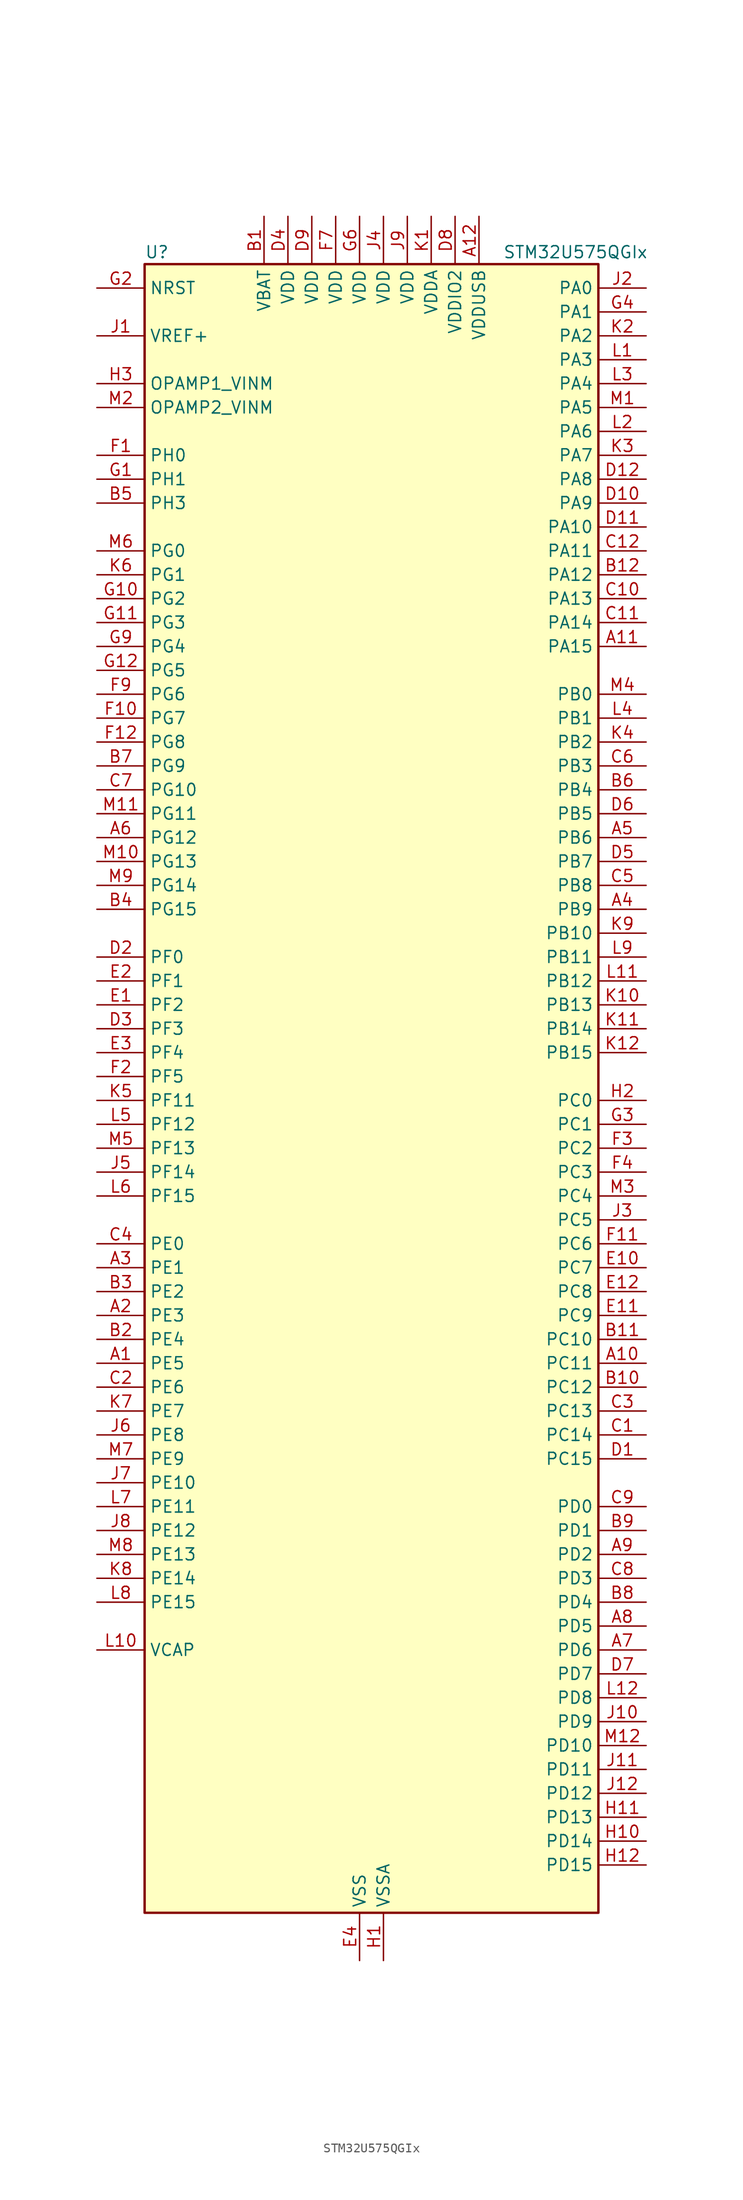
<source format=kicad_sym>
(kicad_symbol_lib
  (version 20220914)
  (generator kicad_symbol_editor)
  (symbol "STM32U575QGIx"
    (property "Reference" "U"
      (at -22.86 90.17 0)
      (effects (font (size 1.27 1.27)) (justify left)))
    (property "Value" "STM32U575QGIx"
      (at 15.24 90.17 0)
      (effects (font (size 1.27 1.27)) (justify left)))
    (property "ki_locked" ""
      (at 0 0 0)
      (effects (font (size 1.27 1.27))))
    (symbol "STM32U575QGIx_0_1"
      (rectangle (start -22.86 -86.36) (end 25.4 88.9) (stroke (width 0.254) (type default)) (fill (type background))))
    (symbol "STM32U575QGIx_1_1"
      (pin bidirectional line (at -27.94 -27.94 0) (length 5.08) (name "PE5" (effects (font (size 1.27 1.27)))) (number "A1" (effects (font (size 1.27 1.27)))) (alternate "DCMI_D6" bidirectional line) (alternate "DEBUG_TRACED2" bidirectional line) (alternate "FMC_A21" bidirectional line) (alternate "MDF1_CKI3" bidirectional line) (alternate "PSSI_D6" bidirectional line) (alternate "PWR_WKUP2" bidirectional line) (alternate "SAI1_CK2" bidirectional line) (alternate "SAI1_SCK_A" bidirectional line) (alternate "TAMP_IN8" bidirectional line) (alternate "TAMP_OUT7" bidirectional line) (alternate "TIM3_CH3" bidirectional line) (alternate "TSC_G7_IO4" bidirectional line))
      (pin bidirectional line (at 30.48 -27.94 180) (length 5.08) (name "PC11" (effects (font (size 1.27 1.27)))) (number "A10" (effects (font (size 1.27 1.27)))) (alternate "ADC1_EXTI11" bidirectional line) (alternate "ADF1_SDI0" bidirectional line) (alternate "DCMI_D2" bidirectional line) (alternate "DCMI_D4" bidirectional line) (alternate "LPTIM3_IN1" bidirectional line) (alternate "OCTOSPIM_P1_NCS" bidirectional line) (alternate "PSSI_D2" bidirectional line) (alternate "PSSI_D4" bidirectional line) (alternate "SAI2_MCLK_B" bidirectional line) (alternate "SDMMC1_D3" bidirectional line) (alternate "SPI3_MISO" bidirectional line) (alternate "TSC_G3_IO3" bidirectional line) (alternate "UART4_RX" bidirectional line) (alternate "UCPD1_FRSTX2" bidirectional line) (alternate "USART3_RX" bidirectional line))
      (pin bidirectional line (at 30.48 48.26 180) (length 5.08) (name "PA15" (effects (font (size 1.27 1.27)))) (number "A11" (effects (font (size 1.27 1.27)))) (alternate "ADC1_EXTI15" bidirectional line) (alternate "ADC4_EXTI15" bidirectional line) (alternate "DEBUG_JTDI" bidirectional line) (alternate "SAI2_FS_B" bidirectional line) (alternate "SPI1_NSS" bidirectional line) (alternate "SPI3_NSS" bidirectional line) (alternate "TIM2_CH1" bidirectional line) (alternate "TIM2_ETR" bidirectional line) (alternate "UART4_DE" bidirectional line) (alternate "UART4_RTS" bidirectional line) (alternate "UCPD1_CC1" bidirectional line) (alternate "USART2_RX" bidirectional line) (alternate "USART3_DE" bidirectional line) (alternate "USART3_RTS" bidirectional line))
      (pin power_in line (at 12.7 93.98 270) (length 5.08) (name "VDDUSB" (effects (font (size 1.27 1.27)))) (number "A12" (effects (font (size 1.27 1.27)))))
      (pin bidirectional line (at -27.94 -22.86 0) (length 5.08) (name "PE3" (effects (font (size 1.27 1.27)))) (number "A2" (effects (font (size 1.27 1.27)))) (alternate "DEBUG_TRACED0" bidirectional line) (alternate "FMC_A19" bidirectional line) (alternate "OCTOSPIM_P1_DQS" bidirectional line) (alternate "SAI1_SD_B" bidirectional line) (alternate "TAMP_IN6" bidirectional line) (alternate "TAMP_OUT3" bidirectional line) (alternate "TIM3_CH1" bidirectional line) (alternate "TSC_G7_IO2" bidirectional line))
      (pin bidirectional line (at -27.94 -17.78 0) (length 5.08) (name "PE1" (effects (font (size 1.27 1.27)))) (number "A3" (effects (font (size 1.27 1.27)))) (alternate "DCMI_D3" bidirectional line) (alternate "FMC_NBL1" bidirectional line) (alternate "PSSI_D3" bidirectional line) (alternate "TIM17_CH1" bidirectional line))
      (pin bidirectional line (at 30.48 20.32 180) (length 5.08) (name "PB9" (effects (font (size 1.27 1.27)))) (number "A4" (effects (font (size 1.27 1.27)))) (alternate "DAC1_EXTI9" bidirectional line) (alternate "DCMI_D7" bidirectional line) (alternate "FDCAN1_TX" bidirectional line) (alternate "I2C1_SDA" bidirectional line) (alternate "IR_OUT" bidirectional line) (alternate "PSSI_D7" bidirectional line) (alternate "SAI1_D2" bidirectional line) (alternate "SAI1_FS_A" bidirectional line) (alternate "SDMMC1_CDIR" bidirectional line) (alternate "SDMMC1_D5" bidirectional line) (alternate "SDMMC2_D5" bidirectional line) (alternate "SPI2_NSS" bidirectional line) (alternate "TIM17_CH1" bidirectional line) (alternate "TIM4_CH4" bidirectional line))
      (pin bidirectional line (at 30.48 27.94 180) (length 5.08) (name "PB6" (effects (font (size 1.27 1.27)))) (number "A5" (effects (font (size 1.27 1.27)))) (alternate "COMP2_INP" bidirectional line) (alternate "DCMI_D5" bidirectional line) (alternate "I2C1_SCL" bidirectional line) (alternate "I2C4_SCL" bidirectional line) (alternate "LPTIM1_ETR" bidirectional line) (alternate "MDF1_SDI5" bidirectional line) (alternate "PSSI_D5" bidirectional line) (alternate "PWR_WKUP3" bidirectional line) (alternate "SAI1_FS_B" bidirectional line) (alternate "TIM16_CH1N" bidirectional line) (alternate "TIM4_CH1" bidirectional line) (alternate "TIM8_BKIN2" bidirectional line) (alternate "TSC_G2_IO3" bidirectional line) (alternate "USART1_TX" bidirectional line))
      (pin bidirectional line (at -27.94 27.94 0) (length 5.08) (name "PG12" (effects (font (size 1.27 1.27)))) (number "A6" (effects (font (size 1.27 1.27)))) (alternate "FMC_NE4" bidirectional line) (alternate "LPTIM1_ETR" bidirectional line) (alternate "OCTOSPIM_P2_NCS" bidirectional line) (alternate "SAI2_SD_A" bidirectional line) (alternate "SPI3_NSS" bidirectional line) (alternate "USART1_DE" bidirectional line) (alternate "USART1_RTS" bidirectional line))
      (pin bidirectional line (at 30.48 -58.42 180) (length 5.08) (name "PD6" (effects (font (size 1.27 1.27)))) (number "A7" (effects (font (size 1.27 1.27)))) (alternate "DCMI_D10" bidirectional line) (alternate "FMC_NWAIT" bidirectional line) (alternate "MDF1_SDI1" bidirectional line) (alternate "OCTOSPIM_P1_IO6" bidirectional line) (alternate "PSSI_D10" bidirectional line) (alternate "SAI1_D1" bidirectional line) (alternate "SAI1_SD_A" bidirectional line) (alternate "SDMMC2_CK" bidirectional line) (alternate "SPI3_MOSI" bidirectional line) (alternate "USART2_RX" bidirectional line))
      (pin bidirectional line (at 30.48 -55.88 180) (length 5.08) (name "PD5" (effects (font (size 1.27 1.27)))) (number "A8" (effects (font (size 1.27 1.27)))) (alternate "FMC_NWE" bidirectional line) (alternate "OCTOSPIM_P1_IO5" bidirectional line) (alternate "SPI2_RDY" bidirectional line) (alternate "USART2_TX" bidirectional line))
      (pin bidirectional line (at 30.48 -48.26 180) (length 5.08) (name "PD2" (effects (font (size 1.27 1.27)))) (number "A9" (effects (font (size 1.27 1.27)))) (alternate "DCMI_D11" bidirectional line) (alternate "DEBUG_TRACED2" bidirectional line) (alternate "LPTIM4_ETR" bidirectional line) (alternate "PSSI_D11" bidirectional line) (alternate "SDMMC1_CMD" bidirectional line) (alternate "TIM3_ETR" bidirectional line) (alternate "TSC_SYNC" bidirectional line) (alternate "UART5_RX" bidirectional line) (alternate "USART3_DE" bidirectional line) (alternate "USART3_RTS" bidirectional line))
      (pin power_in line (at -10.16 93.98 270) (length 5.08) (name "VBAT" (effects (font (size 1.27 1.27)))) (number "B1" (effects (font (size 1.27 1.27)))))
      (pin bidirectional line (at 30.48 -30.48 180) (length 5.08) (name "PC12" (effects (font (size 1.27 1.27)))) (number "B10" (effects (font (size 1.27 1.27)))) (alternate "DCMI_D9" bidirectional line) (alternate "DEBUG_TRACED3" bidirectional line) (alternate "PSSI_D9" bidirectional line) (alternate "SAI2_SD_B" bidirectional line) (alternate "SDMMC1_CK" bidirectional line) (alternate "SPI3_MOSI" bidirectional line) (alternate "TSC_G3_IO4" bidirectional line) (alternate "UART5_TX" bidirectional line) (alternate "USART3_CK" bidirectional line))
      (pin bidirectional line (at 30.48 -25.4 180) (length 5.08) (name "PC10" (effects (font (size 1.27 1.27)))) (number "B11" (effects (font (size 1.27 1.27)))) (alternate "ADF1_CCK1" bidirectional line) (alternate "DCMI_D8" bidirectional line) (alternate "DEBUG_TRACED1" bidirectional line) (alternate "LPTIM3_ETR" bidirectional line) (alternate "PSSI_D8" bidirectional line) (alternate "SAI2_SCK_B" bidirectional line) (alternate "SDMMC1_D2" bidirectional line) (alternate "SPI3_SCK" bidirectional line) (alternate "TSC_G3_IO2" bidirectional line) (alternate "UART4_TX" bidirectional line) (alternate "USART3_TX" bidirectional line))
      (pin bidirectional line (at 30.48 55.88 180) (length 5.08) (name "PA12" (effects (font (size 1.27 1.27)))) (number "B12" (effects (font (size 1.27 1.27)))) (alternate "FDCAN1_TX" bidirectional line) (alternate "OCTOSPIM_P2_NCS" bidirectional line) (alternate "SPI1_MOSI" bidirectional line) (alternate "TIM1_ETR" bidirectional line) (alternate "USART1_DE" bidirectional line) (alternate "USART1_RTS" bidirectional line) (alternate "USB_OTG_FS_DP" bidirectional line))
      (pin bidirectional line (at -27.94 -25.4 0) (length 5.08) (name "PE4" (effects (font (size 1.27 1.27)))) (number "B2" (effects (font (size 1.27 1.27)))) (alternate "DCMI_D4" bidirectional line) (alternate "DEBUG_TRACED1" bidirectional line) (alternate "FMC_A20" bidirectional line) (alternate "MDF1_SDI3" bidirectional line) (alternate "PSSI_D4" bidirectional line) (alternate "PWR_WKUP1" bidirectional line) (alternate "SAI1_D2" bidirectional line) (alternate "SAI1_FS_A" bidirectional line) (alternate "TAMP_IN7" bidirectional line) (alternate "TAMP_OUT8" bidirectional line) (alternate "TIM3_CH2" bidirectional line) (alternate "TSC_G7_IO3" bidirectional line))
      (pin bidirectional line (at -27.94 -20.32 0) (length 5.08) (name "PE2" (effects (font (size 1.27 1.27)))) (number "B3" (effects (font (size 1.27 1.27)))) (alternate "DEBUG_TRACECLK" bidirectional line) (alternate "FMC_A23" bidirectional line) (alternate "SAI1_CK1" bidirectional line) (alternate "SAI1_MCLK_A" bidirectional line) (alternate "TIM3_ETR" bidirectional line) (alternate "TSC_G7_IO1" bidirectional line))
      (pin bidirectional line (at -27.94 20.32 0) (length 5.08) (name "PG15" (effects (font (size 1.27 1.27)))) (number "B4" (effects (font (size 1.27 1.27)))) (alternate "ADC1_EXTI15" bidirectional line) (alternate "ADC4_EXTI15" bidirectional line) (alternate "DCMI_D13" bidirectional line) (alternate "I2C1_SMBA" bidirectional line) (alternate "LPTIM1_CH1" bidirectional line) (alternate "OCTOSPIM_P2_DQS" bidirectional line) (alternate "PSSI_D13" bidirectional line))
      (pin bidirectional line (at -27.94 63.5 0) (length 5.08) (name "PH3" (effects (font (size 1.27 1.27)))) (number "B5" (effects (font (size 1.27 1.27)))))
      (pin bidirectional line (at 30.48 33.02 180) (length 5.08) (name "PB4" (effects (font (size 1.27 1.27)))) (number "B6" (effects (font (size 1.27 1.27)))) (alternate "ADF1_SDI0" bidirectional line) (alternate "COMP2_INP" bidirectional line) (alternate "DCMI_D12" bidirectional line) (alternate "DEBUG_JTRST" bidirectional line) (alternate "I2C3_SDA" bidirectional line) (alternate "LPTIM1_CH2" bidirectional line) (alternate "PSSI_D12" bidirectional line) (alternate "SAI1_MCLK_B" bidirectional line) (alternate "SDMMC2_D3" bidirectional line) (alternate "SPI1_MISO" bidirectional line) (alternate "SPI3_MISO" bidirectional line) (alternate "TIM17_BKIN" bidirectional line) (alternate "TIM3_CH1" bidirectional line) (alternate "TSC_G2_IO1" bidirectional line) (alternate "UART5_DE" bidirectional line) (alternate "UART5_RTS" bidirectional line) (alternate "USART1_CTS" bidirectional line))
      (pin bidirectional line (at -27.94 35.56 0) (length 5.08) (name "PG9" (effects (font (size 1.27 1.27)))) (number "B7" (effects (font (size 1.27 1.27)))) (alternate "DAC1_EXTI9" bidirectional line) (alternate "FMC_NCE" bidirectional line) (alternate "FMC_NE2" bidirectional line) (alternate "OCTOSPIM_P2_IO6" bidirectional line) (alternate "SAI2_SCK_A" bidirectional line) (alternate "SPI3_SCK" bidirectional line) (alternate "TIM15_CH1N" bidirectional line) (alternate "USART1_TX" bidirectional line))
      (pin bidirectional line (at 30.48 -53.34 180) (length 5.08) (name "PD4" (effects (font (size 1.27 1.27)))) (number "B8" (effects (font (size 1.27 1.27)))) (alternate "FMC_NOE" bidirectional line) (alternate "MDF1_CKI0" bidirectional line) (alternate "OCTOSPIM_P1_IO4" bidirectional line) (alternate "SPI2_MOSI" bidirectional line) (alternate "USART2_DE" bidirectional line) (alternate "USART2_RTS" bidirectional line))
      (pin bidirectional line (at 30.48 -45.72 180) (length 5.08) (name "PD1" (effects (font (size 1.27 1.27)))) (number "B9" (effects (font (size 1.27 1.27)))) (alternate "FDCAN1_TX" bidirectional line) (alternate "FMC_D3" bidirectional line) (alternate "FMC_DA3" bidirectional line) (alternate "SPI2_SCK" bidirectional line))
      (pin bidirectional line (at 30.48 -35.56 180) (length 5.08) (name "PC14" (effects (font (size 1.27 1.27)))) (number "C1" (effects (font (size 1.27 1.27)))) (alternate "RCC_OSC32_IN" bidirectional line))
      (pin bidirectional line (at 30.48 53.34 180) (length 5.08) (name "PA13" (effects (font (size 1.27 1.27)))) (number "C10" (effects (font (size 1.27 1.27)))) (alternate "DEBUG_JTMS-SWDIO" bidirectional line) (alternate "IR_OUT" bidirectional line) (alternate "SAI1_SD_B" bidirectional line) (alternate "USB_OTG_FS_NOE" bidirectional line))
      (pin bidirectional line (at 30.48 50.8 180) (length 5.08) (name "PA14" (effects (font (size 1.27 1.27)))) (number "C11" (effects (font (size 1.27 1.27)))) (alternate "DEBUG_JTCK-SWCLK" bidirectional line) (alternate "I2C1_SMBA" bidirectional line) (alternate "I2C4_SMBA" bidirectional line) (alternate "LPTIM1_CH1" bidirectional line) (alternate "SAI1_FS_B" bidirectional line) (alternate "USB_OTG_FS_SOF" bidirectional line))
      (pin bidirectional line (at 30.48 58.42 180) (length 5.08) (name "PA11" (effects (font (size 1.27 1.27)))) (number "C12" (effects (font (size 1.27 1.27)))) (alternate "ADC1_EXTI11" bidirectional line) (alternate "FDCAN1_RX" bidirectional line) (alternate "SPI1_MISO" bidirectional line) (alternate "TIM1_BKIN2" bidirectional line) (alternate "TIM1_CH4" bidirectional line) (alternate "USART1_CTS" bidirectional line) (alternate "USB_OTG_FS_DM" bidirectional line))
      (pin bidirectional line (at -27.94 -30.48 0) (length 5.08) (name "PE6" (effects (font (size 1.27 1.27)))) (number "C2" (effects (font (size 1.27 1.27)))) (alternate "DCMI_D7" bidirectional line) (alternate "DEBUG_TRACED3" bidirectional line) (alternate "FMC_A22" bidirectional line) (alternate "PSSI_D7" bidirectional line) (alternate "PWR_WKUP3" bidirectional line) (alternate "SAI1_D1" bidirectional line) (alternate "SAI1_SD_A" bidirectional line) (alternate "TAMP_IN3" bidirectional line) (alternate "TAMP_OUT6" bidirectional line) (alternate "TIM3_CH4" bidirectional line))
      (pin bidirectional line (at 30.48 -33.02 180) (length 5.08) (name "PC13" (effects (font (size 1.27 1.27)))) (number "C3" (effects (font (size 1.27 1.27)))) (alternate "PWR_WKUP2" bidirectional line) (alternate "RTC_OUT1" bidirectional line) (alternate "RTC_TS" bidirectional line) (alternate "TAMP_IN1" bidirectional line) (alternate "TAMP_OUT2" bidirectional line))
      (pin bidirectional line (at -27.94 -15.24 0) (length 5.08) (name "PE0" (effects (font (size 1.27 1.27)))) (number "C4" (effects (font (size 1.27 1.27)))) (alternate "DCMI_D2" bidirectional line) (alternate "FMC_NBL0" bidirectional line) (alternate "PSSI_D2" bidirectional line) (alternate "TIM16_CH1" bidirectional line) (alternate "TIM4_ETR" bidirectional line))
      (pin bidirectional line (at 30.48 22.86 180) (length 5.08) (name "PB8" (effects (font (size 1.27 1.27)))) (number "C5" (effects (font (size 1.27 1.27)))) (alternate "DCMI_D6" bidirectional line) (alternate "FDCAN1_RX" bidirectional line) (alternate "I2C1_SCL" bidirectional line) (alternate "MDF1_CCK0" bidirectional line) (alternate "PSSI_D6" bidirectional line) (alternate "PWR_WKUP5" bidirectional line) (alternate "SAI1_CK1" bidirectional line) (alternate "SAI1_MCLK_A" bidirectional line) (alternate "SDMMC1_CKIN" bidirectional line) (alternate "SDMMC1_D4" bidirectional line) (alternate "SDMMC2_D4" bidirectional line) (alternate "SPI3_RDY" bidirectional line) (alternate "TIM16_CH1" bidirectional line) (alternate "TIM4_CH3" bidirectional line))
      (pin bidirectional line (at 30.48 35.56 180) (length 5.08) (name "PB3" (effects (font (size 1.27 1.27)))) (number "C6" (effects (font (size 1.27 1.27)))) (alternate "ADF1_CCK0" bidirectional line) (alternate "COMP2_INM" bidirectional line) (alternate "CRS_SYNC" bidirectional line) (alternate "DEBUG_JTDO-SWO" bidirectional line) (alternate "I2C1_SDA" bidirectional line) (alternate "LPTIM1_CH1" bidirectional line) (alternate "SAI1_SCK_B" bidirectional line) (alternate "SDMMC2_D2" bidirectional line) (alternate "SPI1_SCK" bidirectional line) (alternate "SPI3_SCK" bidirectional line) (alternate "TIM2_CH2" bidirectional line) (alternate "USART1_DE" bidirectional line) (alternate "USART1_RTS" bidirectional line))
      (pin bidirectional line (at -27.94 33.02 0) (length 5.08) (name "PG10" (effects (font (size 1.27 1.27)))) (number "C7" (effects (font (size 1.27 1.27)))) (alternate "FMC_NE3" bidirectional line) (alternate "LPTIM1_IN1" bidirectional line) (alternate "OCTOSPIM_P2_IO7" bidirectional line) (alternate "SAI2_FS_A" bidirectional line) (alternate "SPI3_MISO" bidirectional line) (alternate "TIM15_CH1" bidirectional line) (alternate "USART1_RX" bidirectional line))
      (pin bidirectional line (at 30.48 -50.8 180) (length 5.08) (name "PD3" (effects (font (size 1.27 1.27)))) (number "C8" (effects (font (size 1.27 1.27)))) (alternate "DCMI_D5" bidirectional line) (alternate "FMC_CLK" bidirectional line) (alternate "MDF1_SDI0" bidirectional line) (alternate "OCTOSPIM_P2_NCS" bidirectional line) (alternate "PSSI_D5" bidirectional line) (alternate "SPI2_MISO" bidirectional line) (alternate "SPI2_SCK" bidirectional line) (alternate "USART2_CTS" bidirectional line))
      (pin bidirectional line (at 30.48 -43.18 180) (length 5.08) (name "PD0" (effects (font (size 1.27 1.27)))) (number "C9" (effects (font (size 1.27 1.27)))) (alternate "FDCAN1_RX" bidirectional line) (alternate "FMC_D2" bidirectional line) (alternate "FMC_DA2" bidirectional line) (alternate "SPI2_NSS" bidirectional line) (alternate "TIM8_CH4N" bidirectional line))
      (pin bidirectional line (at 30.48 -38.1 180) (length 5.08) (name "PC15" (effects (font (size 1.27 1.27)))) (number "D1" (effects (font (size 1.27 1.27)))) (alternate "ADC1_EXTI15" bidirectional line) (alternate "ADC4_EXTI15" bidirectional line) (alternate "RCC_OSC32_OUT" bidirectional line))
      (pin bidirectional line (at 30.48 63.5 180) (length 5.08) (name "PA9" (effects (font (size 1.27 1.27)))) (number "D10" (effects (font (size 1.27 1.27)))) (alternate "DAC1_EXTI9" bidirectional line) (alternate "DCMI_D0" bidirectional line) (alternate "PSSI_D0" bidirectional line) (alternate "SAI1_FS_A" bidirectional line) (alternate "SPI2_SCK" bidirectional line) (alternate "TIM15_BKIN" bidirectional line) (alternate "TIM1_CH2" bidirectional line) (alternate "USART1_TX" bidirectional line) (alternate "USB_OTG_FS_VBUS" bidirectional line))
      (pin bidirectional line (at 30.48 60.96 180) (length 5.08) (name "PA10" (effects (font (size 1.27 1.27)))) (number "D11" (effects (font (size 1.27 1.27)))) (alternate "CRS_SYNC" bidirectional line) (alternate "DCMI_D1" bidirectional line) (alternate "LPTIM2_IN2" bidirectional line) (alternate "PSSI_D1" bidirectional line) (alternate "SAI1_D1" bidirectional line) (alternate "SAI1_SD_A" bidirectional line) (alternate "TIM17_BKIN" bidirectional line) (alternate "TIM1_CH3" bidirectional line) (alternate "USART1_RX" bidirectional line) (alternate "USB_OTG_FS_ID" bidirectional line))
      (pin bidirectional line (at 30.48 66.04 180) (length 5.08) (name "PA8" (effects (font (size 1.27 1.27)))) (number "D12" (effects (font (size 1.27 1.27)))) (alternate "DEBUG_TRACECLK" bidirectional line) (alternate "LPTIM2_CH1" bidirectional line) (alternate "RCC_MCO" bidirectional line) (alternate "SAI1_CK2" bidirectional line) (alternate "SAI1_SCK_A" bidirectional line) (alternate "SPI1_RDY" bidirectional line) (alternate "TIM1_CH1" bidirectional line) (alternate "USART1_CK" bidirectional line) (alternate "USB_OTG_FS_SOF" bidirectional line))
      (pin bidirectional line (at -27.94 15.24 0) (length 5.08) (name "PF0" (effects (font (size 1.27 1.27)))) (number "D2" (effects (font (size 1.27 1.27)))) (alternate "FMC_A0" bidirectional line) (alternate "I2C2_SDA" bidirectional line) (alternate "OCTOSPIM_P2_IO0" bidirectional line))
      (pin bidirectional line (at -27.94 7.62 0) (length 5.08) (name "PF3" (effects (font (size 1.27 1.27)))) (number "D3" (effects (font (size 1.27 1.27)))) (alternate "FMC_A3" bidirectional line) (alternate "LPTIM3_IN1" bidirectional line) (alternate "OCTOSPIM_P2_IO3" bidirectional line))
      (pin power_in line (at -7.62 93.98 270) (length 5.08) (name "VDD" (effects (font (size 1.27 1.27)))) (number "D4" (effects (font (size 1.27 1.27)))))
      (pin bidirectional line (at 30.48 25.4 180) (length 5.08) (name "PB7" (effects (font (size 1.27 1.27)))) (number "D5" (effects (font (size 1.27 1.27)))) (alternate "COMP2_INM" bidirectional line) (alternate "DCMI_VSYNC" bidirectional line) (alternate "FMC_NL" bidirectional line) (alternate "I2C1_SDA" bidirectional line) (alternate "I2C4_SDA" bidirectional line) (alternate "LPTIM1_IN2" bidirectional line) (alternate "MDF1_CKI5" bidirectional line) (alternate "PSSI_RDY" bidirectional line) (alternate "PWR_PVD_IN" bidirectional line) (alternate "PWR_WKUP4" bidirectional line) (alternate "TIM17_CH1N" bidirectional line) (alternate "TIM4_CH2" bidirectional line) (alternate "TIM8_BKIN" bidirectional line) (alternate "TSC_G2_IO4" bidirectional line) (alternate "UART4_CTS" bidirectional line) (alternate "USART1_RX" bidirectional line))
      (pin bidirectional line (at 30.48 30.48 180) (length 5.08) (name "PB5" (effects (font (size 1.27 1.27)))) (number "D6" (effects (font (size 1.27 1.27)))) (alternate "COMP2_OUT" bidirectional line) (alternate "DCMI_D10" bidirectional line) (alternate "I2C1_SMBA" bidirectional line) (alternate "LPTIM1_IN1" bidirectional line) (alternate "OCTOSPIM_P1_NCLK" bidirectional line) (alternate "PSSI_D10" bidirectional line) (alternate "PWR_WKUP6" bidirectional line) (alternate "SAI1_SD_B" bidirectional line) (alternate "SPI1_MOSI" bidirectional line) (alternate "SPI3_MOSI" bidirectional line) (alternate "TIM16_BKIN" bidirectional line) (alternate "TIM3_CH2" bidirectional line) (alternate "TSC_G2_IO2" bidirectional line) (alternate "UART5_CTS" bidirectional line) (alternate "UCPD1_DBCC1" bidirectional line) (alternate "USART1_CK" bidirectional line))
      (pin bidirectional line (at 30.48 -60.96 180) (length 5.08) (name "PD7" (effects (font (size 1.27 1.27)))) (number "D7" (effects (font (size 1.27 1.27)))) (alternate "FMC_NCE" bidirectional line) (alternate "FMC_NE1" bidirectional line) (alternate "LPTIM4_OUT" bidirectional line) (alternate "MDF1_CKI1" bidirectional line) (alternate "OCTOSPIM_P1_IO7" bidirectional line) (alternate "SDMMC2_CMD" bidirectional line) (alternate "USART2_CK" bidirectional line))
      (pin power_in line (at 10.16 93.98 270) (length 5.08) (name "VDDIO2" (effects (font (size 1.27 1.27)))) (number "D8" (effects (font (size 1.27 1.27)))))
      (pin power_in line (at -5.08 93.98 270) (length 5.08) (name "VDD" (effects (font (size 1.27 1.27)))) (number "D9" (effects (font (size 1.27 1.27)))))
      (pin bidirectional line (at -27.94 10.16 0) (length 5.08) (name "PF2" (effects (font (size 1.27 1.27)))) (number "E1" (effects (font (size 1.27 1.27)))) (alternate "FMC_A2" bidirectional line) (alternate "I2C2_SMBA" bidirectional line) (alternate "LPTIM3_CH2" bidirectional line) (alternate "OCTOSPIM_P2_IO2" bidirectional line) (alternate "PWR_WKUP8" bidirectional line))
      (pin bidirectional line (at 30.48 -17.78 180) (length 5.08) (name "PC7" (effects (font (size 1.27 1.27)))) (number "E10" (effects (font (size 1.27 1.27)))) (alternate "DCMI_D1" bidirectional line) (alternate "LPTIM2_CH2" bidirectional line) (alternate "MDF1_SDI3" bidirectional line) (alternate "PSSI_D1" bidirectional line) (alternate "PWR_CDSTOP" bidirectional line) (alternate "SAI2_MCLK_B" bidirectional line) (alternate "SDMMC1_D123DIR" bidirectional line) (alternate "SDMMC1_D7" bidirectional line) (alternate "SDMMC2_D7" bidirectional line) (alternate "TIM3_CH2" bidirectional line) (alternate "TIM8_CH2" bidirectional line) (alternate "TSC_G4_IO2" bidirectional line))
      (pin bidirectional line (at 30.48 -22.86 180) (length 5.08) (name "PC9" (effects (font (size 1.27 1.27)))) (number "E11" (effects (font (size 1.27 1.27)))) (alternate "DAC1_EXTI9" bidirectional line) (alternate "DCMI_D3" bidirectional line) (alternate "DEBUG_TRACED0" bidirectional line) (alternate "LPTIM3_CH2" bidirectional line) (alternate "PSSI_D3" bidirectional line) (alternate "SDMMC1_D1" bidirectional line) (alternate "TIM3_CH4" bidirectional line) (alternate "TIM8_BKIN2" bidirectional line) (alternate "TIM8_CH4" bidirectional line) (alternate "TSC_G4_IO4" bidirectional line) (alternate "USB_OTG_FS_NOE" bidirectional line))
      (pin bidirectional line (at 30.48 -20.32 180) (length 5.08) (name "PC8" (effects (font (size 1.27 1.27)))) (number "E12" (effects (font (size 1.27 1.27)))) (alternate "DCMI_D2" bidirectional line) (alternate "LPTIM3_CH1" bidirectional line) (alternate "PSSI_D2" bidirectional line) (alternate "PWR_SRDSTOP" bidirectional line) (alternate "SDMMC1_D0" bidirectional line) (alternate "TIM3_CH3" bidirectional line) (alternate "TIM8_CH3" bidirectional line) (alternate "TSC_G4_IO3" bidirectional line))
      (pin bidirectional line (at -27.94 12.7 0) (length 5.08) (name "PF1" (effects (font (size 1.27 1.27)))) (number "E2" (effects (font (size 1.27 1.27)))) (alternate "FMC_A1" bidirectional line) (alternate "I2C2_SCL" bidirectional line) (alternate "OCTOSPIM_P2_IO1" bidirectional line))
      (pin bidirectional line (at -27.94 5.08 0) (length 5.08) (name "PF4" (effects (font (size 1.27 1.27)))) (number "E3" (effects (font (size 1.27 1.27)))) (alternate "FMC_A4" bidirectional line) (alternate "LPTIM3_ETR" bidirectional line) (alternate "OCTOSPIM_P2_CLK" bidirectional line))
      (pin power_in line (at 0 -91.44 90) (length 5.08) (name "VSS" (effects (font (size 1.27 1.27)))) (number "E4" (effects (font (size 1.27 1.27)))))
      (pin passive line (at 0 -91.44 90) (length 5.08) hide (name "VSS" (effects (font (size 1.27 1.27)))) (number "E9" (effects (font (size 1.27 1.27)))))
      (pin bidirectional line (at -27.94 68.58 0) (length 5.08) (name "PH0" (effects (font (size 1.27 1.27)))) (number "F1" (effects (font (size 1.27 1.27)))) (alternate "RCC_OSC_IN" bidirectional line))
      (pin bidirectional line (at -27.94 40.64 0) (length 5.08) (name "PG7" (effects (font (size 1.27 1.27)))) (number "F10" (effects (font (size 1.27 1.27)))) (alternate "FMC_INT" bidirectional line) (alternate "I2C3_SCL" bidirectional line) (alternate "LPUART1_TX" bidirectional line) (alternate "MDF1_CCK0" bidirectional line) (alternate "OCTOSPIM_P2_DQS" bidirectional line) (alternate "SAI1_CK1" bidirectional line) (alternate "SAI1_MCLK_A" bidirectional line) (alternate "UCPD1_FRSTX2" bidirectional line))
      (pin bidirectional line (at 30.48 -15.24 180) (length 5.08) (name "PC6" (effects (font (size 1.27 1.27)))) (number "F11" (effects (font (size 1.27 1.27)))) (alternate "DCMI_D0" bidirectional line) (alternate "MDF1_CKI3" bidirectional line) (alternate "PSSI_D0" bidirectional line) (alternate "PWR_CSLEEP" bidirectional line) (alternate "SAI2_MCLK_A" bidirectional line) (alternate "SDMMC1_D0DIR" bidirectional line) (alternate "SDMMC1_D6" bidirectional line) (alternate "SDMMC2_D6" bidirectional line) (alternate "TIM3_CH1" bidirectional line) (alternate "TIM8_CH1" bidirectional line) (alternate "TSC_G4_IO1" bidirectional line))
      (pin bidirectional line (at -27.94 38.1 0) (length 5.08) (name "PG8" (effects (font (size 1.27 1.27)))) (number "F12" (effects (font (size 1.27 1.27)))) (alternate "I2C3_SDA" bidirectional line) (alternate "LPUART1_RX" bidirectional line))
      (pin bidirectional line (at -27.94 2.54 0) (length 5.08) (name "PF5" (effects (font (size 1.27 1.27)))) (number "F2" (effects (font (size 1.27 1.27)))) (alternate "FMC_A5" bidirectional line) (alternate "LPTIM3_CH1" bidirectional line) (alternate "OCTOSPIM_P2_NCLK" bidirectional line))
      (pin bidirectional line (at 30.48 -5.08 180) (length 5.08) (name "PC2" (effects (font (size 1.27 1.27)))) (number "F3" (effects (font (size 1.27 1.27)))) (alternate "ADC1_IN3" bidirectional line) (alternate "ADC4_IN3" bidirectional line) (alternate "LPTIM1_IN2" bidirectional line) (alternate "MDF1_CCK1" bidirectional line) (alternate "OCTOSPIM_P1_IO5" bidirectional line) (alternate "SPI2_MISO" bidirectional line))
      (pin bidirectional line (at 30.48 -7.62 180) (length 5.08) (name "PC3" (effects (font (size 1.27 1.27)))) (number "F4" (effects (font (size 1.27 1.27)))) (alternate "ADC1_IN4" bidirectional line) (alternate "ADC4_IN4" bidirectional line) (alternate "LPTIM1_ETR" bidirectional line) (alternate "LPTIM2_ETR" bidirectional line) (alternate "LPTIM3_CH1" bidirectional line) (alternate "OCTOSPIM_P1_IO6" bidirectional line) (alternate "SAI1_D1" bidirectional line) (alternate "SAI1_SD_A" bidirectional line) (alternate "SPI2_MOSI" bidirectional line))
      (pin passive line (at 0 -91.44 90) (length 5.08) hide (name "VSS" (effects (font (size 1.27 1.27)))) (number "F6" (effects (font (size 1.27 1.27)))))
      (pin power_in line (at -2.54 93.98 270) (length 5.08) (name "VDD" (effects (font (size 1.27 1.27)))) (number "F7" (effects (font (size 1.27 1.27)))))
      (pin bidirectional line (at -27.94 43.18 0) (length 5.08) (name "PG6" (effects (font (size 1.27 1.27)))) (number "F9" (effects (font (size 1.27 1.27)))) (alternate "I2C3_SMBA" bidirectional line) (alternate "LPUART1_DE" bidirectional line) (alternate "LPUART1_RTS" bidirectional line) (alternate "OCTOSPIM_P1_DQS" bidirectional line) (alternate "SPI1_RDY" bidirectional line) (alternate "UCPD1_FRSTX1" bidirectional line))
      (pin bidirectional line (at -27.94 66.04 0) (length 5.08) (name "PH1" (effects (font (size 1.27 1.27)))) (number "G1" (effects (font (size 1.27 1.27)))) (alternate "RCC_OSC_OUT" bidirectional line))
      (pin bidirectional line (at -27.94 53.34 0) (length 5.08) (name "PG2" (effects (font (size 1.27 1.27)))) (number "G10" (effects (font (size 1.27 1.27)))) (alternate "FMC_A12" bidirectional line) (alternate "SAI2_SCK_B" bidirectional line) (alternate "SPI1_SCK" bidirectional line))
      (pin bidirectional line (at -27.94 50.8 0) (length 5.08) (name "PG3" (effects (font (size 1.27 1.27)))) (number "G11" (effects (font (size 1.27 1.27)))) (alternate "FMC_A13" bidirectional line) (alternate "SAI2_FS_B" bidirectional line) (alternate "SPI1_MISO" bidirectional line))
      (pin bidirectional line (at -27.94 45.72 0) (length 5.08) (name "PG5" (effects (font (size 1.27 1.27)))) (number "G12" (effects (font (size 1.27 1.27)))) (alternate "FMC_A15" bidirectional line) (alternate "LPUART1_CTS" bidirectional line) (alternate "SAI2_SD_B" bidirectional line) (alternate "SPI1_NSS" bidirectional line))
      (pin input line (at -27.94 86.36 0) (length 5.08) (name "NRST" (effects (font (size 1.27 1.27)))) (number "G2" (effects (font (size 1.27 1.27)))))
      (pin bidirectional line (at 30.48 -2.54 180) (length 5.08) (name "PC1" (effects (font (size 1.27 1.27)))) (number "G3" (effects (font (size 1.27 1.27)))) (alternate "ADC1_IN2" bidirectional line) (alternate "ADC4_IN2" bidirectional line) (alternate "DEBUG_TRACED0" bidirectional line) (alternate "I2C3_SDA" bidirectional line) (alternate "LPTIM1_CH1" bidirectional line) (alternate "LPUART1_TX" bidirectional line) (alternate "MDF1_CKI4" bidirectional line) (alternate "OCTOSPIM_P1_IO4" bidirectional line) (alternate "SAI1_SD_A" bidirectional line) (alternate "SDMMC2_CK" bidirectional line) (alternate "SPI2_MOSI" bidirectional line))
      (pin bidirectional line (at 30.48 83.82 180) (length 5.08) (name "PA1" (effects (font (size 1.27 1.27)))) (number "G4" (effects (font (size 1.27 1.27)))) (alternate "ADC1_IN6" bidirectional line) (alternate "I2C1_SMBA" bidirectional line) (alternate "LPTIM1_CH2" bidirectional line) (alternate "OCTOSPIM_P1_DQS" bidirectional line) (alternate "OPAMP1_VINM" bidirectional line) (alternate "PWR_WKUP3" bidirectional line) (alternate "SPI1_SCK" bidirectional line) (alternate "TAMP_IN5" bidirectional line) (alternate "TAMP_OUT4" bidirectional line) (alternate "TIM15_CH1N" bidirectional line) (alternate "TIM2_CH2" bidirectional line) (alternate "TIM5_CH2" bidirectional line) (alternate "UART4_RX" bidirectional line) (alternate "USART2_DE" bidirectional line) (alternate "USART2_RTS" bidirectional line))
      (pin power_in line (at 0 93.98 270) (length 5.08) (name "VDD" (effects (font (size 1.27 1.27)))) (number "G6" (effects (font (size 1.27 1.27)))))
      (pin passive line (at 0 -91.44 90) (length 5.08) hide (name "VSS" (effects (font (size 1.27 1.27)))) (number "G7" (effects (font (size 1.27 1.27)))))
      (pin bidirectional line (at -27.94 48.26 0) (length 5.08) (name "PG4" (effects (font (size 1.27 1.27)))) (number "G9" (effects (font (size 1.27 1.27)))) (alternate "FMC_A14" bidirectional line) (alternate "SAI2_MCLK_B" bidirectional line) (alternate "SPI1_MOSI" bidirectional line))
      (pin power_in line (at 2.54 -91.44 90) (length 5.08) (name "VSSA" (effects (font (size 1.27 1.27)))) (number "H1" (effects (font (size 1.27 1.27)))))
      (pin bidirectional line (at 30.48 -78.74 180) (length 5.08) (name "PD14" (effects (font (size 1.27 1.27)))) (number "H10" (effects (font (size 1.27 1.27)))) (alternate "FMC_D0" bidirectional line) (alternate "FMC_DA0" bidirectional line) (alternate "LPTIM3_CH1" bidirectional line) (alternate "TIM4_CH3" bidirectional line))
      (pin bidirectional line (at 30.48 -76.2 180) (length 5.08) (name "PD13" (effects (font (size 1.27 1.27)))) (number "H11" (effects (font (size 1.27 1.27)))) (alternate "ADC4_IN17" bidirectional line) (alternate "FMC_A18" bidirectional line) (alternate "I2C4_SDA" bidirectional line) (alternate "LPTIM2_CH1" bidirectional line) (alternate "LPTIM4_IN1" bidirectional line) (alternate "TIM4_CH2" bidirectional line) (alternate "TSC_G6_IO4" bidirectional line))
      (pin bidirectional line (at 30.48 -81.28 180) (length 5.08) (name "PD15" (effects (font (size 1.27 1.27)))) (number "H12" (effects (font (size 1.27 1.27)))) (alternate "ADC1_EXTI15" bidirectional line) (alternate "ADC4_EXTI15" bidirectional line) (alternate "FMC_D1" bidirectional line) (alternate "FMC_DA1" bidirectional line) (alternate "LPTIM3_CH2" bidirectional line) (alternate "TIM4_CH4" bidirectional line))
      (pin bidirectional line (at 30.48 0 180) (length 5.08) (name "PC0" (effects (font (size 1.27 1.27)))) (number "H2" (effects (font (size 1.27 1.27)))) (alternate "ADC1_IN1" bidirectional line) (alternate "ADC4_IN1" bidirectional line) (alternate "I2C3_SCL" bidirectional line) (alternate "LPTIM1_IN1" bidirectional line) (alternate "LPTIM2_IN1" bidirectional line) (alternate "LPUART1_RX" bidirectional line) (alternate "MDF1_SDI4" bidirectional line) (alternate "OCTOSPIM_P1_IO7" bidirectional line) (alternate "SAI2_FS_A" bidirectional line) (alternate "SDMMC1_D5" bidirectional line) (alternate "SPI2_RDY" bidirectional line))
      (pin bidirectional line (at -27.94 76.2 0) (length 5.08) (name "OPAMP1_VINM" (effects (font (size 1.27 1.27)))) (number "H3" (effects (font (size 1.27 1.27)))) (alternate "OPAMP1_VINM" bidirectional line))
      (pin passive line (at 0 -91.44 90) (length 5.08) hide (name "VSS" (effects (font (size 1.27 1.27)))) (number "H4" (effects (font (size 1.27 1.27)))))
      (pin passive line (at 0 -91.44 90) (length 5.08) hide (name "VSS" (effects (font (size 1.27 1.27)))) (number "H9" (effects (font (size 1.27 1.27)))))
      (pin input line (at -27.94 81.28 0) (length 5.08) (name "VREF+" (effects (font (size 1.27 1.27)))) (number "J1" (effects (font (size 1.27 1.27)))) (alternate "VREFBUF_OUT" bidirectional line))
      (pin bidirectional line (at 30.48 -66.04 180) (length 5.08) (name "PD9" (effects (font (size 1.27 1.27)))) (number "J10" (effects (font (size 1.27 1.27)))) (alternate "DAC1_EXTI9" bidirectional line) (alternate "DCMI_PIXCLK" bidirectional line) (alternate "FMC_D14" bidirectional line) (alternate "FMC_DA14" bidirectional line) (alternate "LPTIM2_IN2" bidirectional line) (alternate "LPTIM3_IN1" bidirectional line) (alternate "PSSI_PDCK" bidirectional line) (alternate "SAI2_MCLK_A" bidirectional line) (alternate "USART3_RX" bidirectional line))
      (pin bidirectional line (at 30.48 -71.12 180) (length 5.08) (name "PD11" (effects (font (size 1.27 1.27)))) (number "J11" (effects (font (size 1.27 1.27)))) (alternate "ADC1_EXTI11" bidirectional line) (alternate "ADC4_IN15" bidirectional line) (alternate "FMC_A16" bidirectional line) (alternate "FMC_CLE" bidirectional line) (alternate "I2C4_SMBA" bidirectional line) (alternate "LPTIM2_ETR" bidirectional line) (alternate "SAI2_SD_A" bidirectional line) (alternate "TSC_G6_IO2" bidirectional line) (alternate "USART3_CTS" bidirectional line))
      (pin bidirectional line (at 30.48 -73.66 180) (length 5.08) (name "PD12" (effects (font (size 1.27 1.27)))) (number "J12" (effects (font (size 1.27 1.27)))) (alternate "ADC4_IN16" bidirectional line) (alternate "FMC_A17" bidirectional line) (alternate "FMC_ALE" bidirectional line) (alternate "I2C4_SCL" bidirectional line) (alternate "LPTIM2_IN1" bidirectional line) (alternate "SAI2_FS_A" bidirectional line) (alternate "TIM4_CH1" bidirectional line) (alternate "TSC_G6_IO3" bidirectional line) (alternate "USART3_DE" bidirectional line) (alternate "USART3_RTS" bidirectional line))
      (pin bidirectional line (at 30.48 86.36 180) (length 5.08) (name "PA0" (effects (font (size 1.27 1.27)))) (number "J2" (effects (font (size 1.27 1.27)))) (alternate "ADC1_IN5" bidirectional line) (alternate "AUDIOCLK" bidirectional line) (alternate "OCTOSPIM_P2_NCS" bidirectional line) (alternate "OPAMP1_VINP" bidirectional line) (alternate "PWR_WKUP1" bidirectional line) (alternate "SDMMC2_CMD" bidirectional line) (alternate "SPI3_RDY" bidirectional line) (alternate "TAMP_IN2" bidirectional line) (alternate "TAMP_OUT1" bidirectional line) (alternate "TIM2_CH1" bidirectional line) (alternate "TIM2_ETR" bidirectional line) (alternate "TIM5_CH1" bidirectional line) (alternate "TIM8_ETR" bidirectional line) (alternate "UART4_TX" bidirectional line) (alternate "USART2_CTS" bidirectional line))
      (pin bidirectional line (at 30.48 -12.7 180) (length 5.08) (name "PC5" (effects (font (size 1.27 1.27)))) (number "J3" (effects (font (size 1.27 1.27)))) (alternate "ADC1_IN14" bidirectional line) (alternate "ADC4_IN23" bidirectional line) (alternate "COMP1_INP" bidirectional line) (alternate "PSSI_D15" bidirectional line) (alternate "PWR_WKUP5" bidirectional line) (alternate "SAI1_D3" bidirectional line) (alternate "TAMP_IN4" bidirectional line) (alternate "TAMP_OUT5" bidirectional line) (alternate "TIM1_CH4N" bidirectional line) (alternate "USART3_RX" bidirectional line))
      (pin power_in line (at 2.54 93.98 270) (length 5.08) (name "VDD" (effects (font (size 1.27 1.27)))) (number "J4" (effects (font (size 1.27 1.27)))))
      (pin bidirectional line (at -27.94 -7.62 0) (length 5.08) (name "PF14" (effects (font (size 1.27 1.27)))) (number "J5" (effects (font (size 1.27 1.27)))) (alternate "ADC4_IN5" bidirectional line) (alternate "FMC_A8" bidirectional line) (alternate "I2C4_SCL" bidirectional line) (alternate "TSC_G8_IO1" bidirectional line))
      (pin bidirectional line (at -27.94 -35.56 0) (length 5.08) (name "PE8" (effects (font (size 1.27 1.27)))) (number "J6" (effects (font (size 1.27 1.27)))) (alternate "FMC_D5" bidirectional line) (alternate "FMC_DA5" bidirectional line) (alternate "MDF1_CKI2" bidirectional line) (alternate "PWR_WKUP7" bidirectional line) (alternate "SAI1_SCK_B" bidirectional line) (alternate "TIM1_CH1N" bidirectional line))
      (pin bidirectional line (at -27.94 -40.64 0) (length 5.08) (name "PE10" (effects (font (size 1.27 1.27)))) (number "J7" (effects (font (size 1.27 1.27)))) (alternate "ADF1_SDI0" bidirectional line) (alternate "FMC_D7" bidirectional line) (alternate "FMC_DA7" bidirectional line) (alternate "MDF1_SDI4" bidirectional line) (alternate "OCTOSPIM_P1_CLK" bidirectional line) (alternate "SAI1_MCLK_B" bidirectional line) (alternate "TIM1_CH2N" bidirectional line) (alternate "TSC_G5_IO1" bidirectional line))
      (pin bidirectional line (at -27.94 -45.72 0) (length 5.08) (name "PE12" (effects (font (size 1.27 1.27)))) (number "J8" (effects (font (size 1.27 1.27)))) (alternate "FMC_D9" bidirectional line) (alternate "FMC_DA9" bidirectional line) (alternate "MDF1_SDI5" bidirectional line) (alternate "OCTOSPIM_P1_IO0" bidirectional line) (alternate "SPI1_NSS" bidirectional line) (alternate "TIM1_CH3N" bidirectional line) (alternate "TSC_G5_IO3" bidirectional line))
      (pin power_in line (at 5.08 93.98 270) (length 5.08) (name "VDD" (effects (font (size 1.27 1.27)))) (number "J9" (effects (font (size 1.27 1.27)))))
      (pin power_in line (at 7.62 93.98 270) (length 5.08) (name "VDDA" (effects (font (size 1.27 1.27)))) (number "K1" (effects (font (size 1.27 1.27)))))
      (pin bidirectional line (at 30.48 10.16 180) (length 5.08) (name "PB13" (effects (font (size 1.27 1.27)))) (number "K10" (effects (font (size 1.27 1.27)))) (alternate "I2C2_SCL" bidirectional line) (alternate "LPTIM3_IN1" bidirectional line) (alternate "LPUART1_CTS" bidirectional line) (alternate "MDF1_CKI1" bidirectional line) (alternate "SAI2_SCK_A" bidirectional line) (alternate "SPI2_SCK" bidirectional line) (alternate "TIM15_CH1N" bidirectional line) (alternate "TIM1_CH1N" bidirectional line) (alternate "TSC_G1_IO2" bidirectional line) (alternate "USART3_CTS" bidirectional line))
      (pin bidirectional line (at 30.48 7.62 180) (length 5.08) (name "PB14" (effects (font (size 1.27 1.27)))) (number "K11" (effects (font (size 1.27 1.27)))) (alternate "I2C2_SDA" bidirectional line) (alternate "LPTIM3_ETR" bidirectional line) (alternate "MDF1_SDI2" bidirectional line) (alternate "SAI2_MCLK_A" bidirectional line) (alternate "SDMMC2_D0" bidirectional line) (alternate "SPI2_MISO" bidirectional line) (alternate "TIM15_CH1" bidirectional line) (alternate "TIM1_CH2N" bidirectional line) (alternate "TIM8_CH2N" bidirectional line) (alternate "TSC_G1_IO3" bidirectional line) (alternate "UCPD1_DBCC2" bidirectional line) (alternate "USART3_DE" bidirectional line) (alternate "USART3_RTS" bidirectional line))
      (pin bidirectional line (at 30.48 5.08 180) (length 5.08) (name "PB15" (effects (font (size 1.27 1.27)))) (number "K12" (effects (font (size 1.27 1.27)))) (alternate "ADC1_EXTI15" bidirectional line) (alternate "ADC4_EXTI15" bidirectional line) (alternate "FMC_NBL1" bidirectional line) (alternate "LPTIM2_IN2" bidirectional line) (alternate "MDF1_CKI2" bidirectional line) (alternate "PWR_WKUP7" bidirectional line) (alternate "RTC_REFIN" bidirectional line) (alternate "SAI2_SD_A" bidirectional line) (alternate "SDMMC2_D1" bidirectional line) (alternate "SPI2_MOSI" bidirectional line) (alternate "TIM15_CH2" bidirectional line) (alternate "TIM1_CH3N" bidirectional line) (alternate "TIM8_CH3N" bidirectional line) (alternate "UCPD1_CC2" bidirectional line))
      (pin bidirectional line (at 30.48 81.28 180) (length 5.08) (name "PA2" (effects (font (size 1.27 1.27)))) (number "K2" (effects (font (size 1.27 1.27)))) (alternate "ADC1_IN7" bidirectional line) (alternate "COMP1_INP" bidirectional line) (alternate "LPUART1_TX" bidirectional line) (alternate "OCTOSPIM_P1_NCS" bidirectional line) (alternate "PWR_WKUP4" bidirectional line) (alternate "RCC_LSCO" bidirectional line) (alternate "SPI1_RDY" bidirectional line) (alternate "TIM15_CH1" bidirectional line) (alternate "TIM2_CH3" bidirectional line) (alternate "TIM5_CH3" bidirectional line) (alternate "UCPD1_FRSTX1" bidirectional line) (alternate "USART2_TX" bidirectional line))
      (pin bidirectional line (at 30.48 68.58 180) (length 5.08) (name "PA7" (effects (font (size 1.27 1.27)))) (number "K3" (effects (font (size 1.27 1.27)))) (alternate "ADC1_IN12" bidirectional line) (alternate "ADC4_IN20" bidirectional line) (alternate "I2C3_SCL" bidirectional line) (alternate "LPTIM2_CH2" bidirectional line) (alternate "OCTOSPIM_P1_IO2" bidirectional line) (alternate "OPAMP2_VINM" bidirectional line) (alternate "PWR_SRDSTOP" bidirectional line) (alternate "PWR_WKUP8" bidirectional line) (alternate "SPI1_MOSI" bidirectional line) (alternate "TIM17_CH1" bidirectional line) (alternate "TIM1_CH1N" bidirectional line) (alternate "TIM3_CH2" bidirectional line) (alternate "TIM8_CH1N" bidirectional line) (alternate "USART3_TX" bidirectional line))
      (pin bidirectional line (at 30.48 38.1 180) (length 5.08) (name "PB2" (effects (font (size 1.27 1.27)))) (number "K4" (effects (font (size 1.27 1.27)))) (alternate "ADC1_IN17" bidirectional line) (alternate "COMP1_INP" bidirectional line) (alternate "I2C3_SMBA" bidirectional line) (alternate "LPTIM1_CH1" bidirectional line) (alternate "MDF1_CKI0" bidirectional line) (alternate "OCTOSPIM_P1_DQS" bidirectional line) (alternate "PWR_WKUP1" bidirectional line) (alternate "RTC_OUT2" bidirectional line) (alternate "SPI1_RDY" bidirectional line) (alternate "TIM8_CH4N" bidirectional line) (alternate "UCPD1_FRSTX1" bidirectional line))
      (pin bidirectional line (at -27.94 0 0) (length 5.08) (name "PF11" (effects (font (size 1.27 1.27)))) (number "K5" (effects (font (size 1.27 1.27)))) (alternate "ADC1_EXTI11" bidirectional line) (alternate "DCMI_D12" bidirectional line) (alternate "LPTIM4_IN1" bidirectional line) (alternate "OCTOSPIM_P1_NCLK" bidirectional line) (alternate "PSSI_D12" bidirectional line))
      (pin bidirectional line (at -27.94 55.88 0) (length 5.08) (name "PG1" (effects (font (size 1.27 1.27)))) (number "K6" (effects (font (size 1.27 1.27)))) (alternate "ADC4_IN8" bidirectional line) (alternate "FMC_A11" bidirectional line) (alternate "OCTOSPIM_P2_IO5" bidirectional line) (alternate "TSC_G8_IO4" bidirectional line))
      (pin bidirectional line (at -27.94 -33.02 0) (length 5.08) (name "PE7" (effects (font (size 1.27 1.27)))) (number "K7" (effects (font (size 1.27 1.27)))) (alternate "FMC_D4" bidirectional line) (alternate "FMC_DA4" bidirectional line) (alternate "MDF1_SDI2" bidirectional line) (alternate "PWR_WKUP6" bidirectional line) (alternate "SAI1_SD_B" bidirectional line) (alternate "TIM1_ETR" bidirectional line))
      (pin bidirectional line (at -27.94 -50.8 0) (length 5.08) (name "PE14" (effects (font (size 1.27 1.27)))) (number "K8" (effects (font (size 1.27 1.27)))) (alternate "FMC_D11" bidirectional line) (alternate "FMC_DA11" bidirectional line) (alternate "OCTOSPIM_P1_IO2" bidirectional line) (alternate "SPI1_MISO" bidirectional line) (alternate "TIM1_BKIN2" bidirectional line) (alternate "TIM1_CH4" bidirectional line))
      (pin bidirectional line (at 30.48 17.78 180) (length 5.08) (name "PB10" (effects (font (size 1.27 1.27)))) (number "K9" (effects (font (size 1.27 1.27)))) (alternate "COMP1_OUT" bidirectional line) (alternate "I2C2_SCL" bidirectional line) (alternate "I2C4_SCL" bidirectional line) (alternate "LPTIM3_CH1" bidirectional line) (alternate "LPUART1_RX" bidirectional line) (alternate "OCTOSPIM_P1_CLK" bidirectional line) (alternate "PWR_WKUP8" bidirectional line) (alternate "SAI1_SCK_A" bidirectional line) (alternate "SPI2_SCK" bidirectional line) (alternate "TIM2_CH3" bidirectional line) (alternate "TSC_SYNC" bidirectional line) (alternate "USART3_TX" bidirectional line))
      (pin bidirectional line (at 30.48 78.74 180) (length 5.08) (name "PA3" (effects (font (size 1.27 1.27)))) (number "L1" (effects (font (size 1.27 1.27)))) (alternate "ADC1_IN8" bidirectional line) (alternate "LPUART1_RX" bidirectional line) (alternate "OCTOSPIM_P1_CLK" bidirectional line) (alternate "OPAMP1_VOUT" bidirectional line) (alternate "PWR_WKUP5" bidirectional line) (alternate "SAI1_CK1" bidirectional line) (alternate "SAI1_MCLK_A" bidirectional line) (alternate "TIM15_CH2" bidirectional line) (alternate "TIM2_CH4" bidirectional line) (alternate "TIM5_CH4" bidirectional line) (alternate "USART2_RX" bidirectional line))
      (pin power_out line (at -27.94 -58.42 0) (length 5.08) (name "VCAP" (effects (font (size 1.27 1.27)))) (number "L10" (effects (font (size 1.27 1.27)))))
      (pin bidirectional line (at 30.48 12.7 180) (length 5.08) (name "PB12" (effects (font (size 1.27 1.27)))) (number "L11" (effects (font (size 1.27 1.27)))) (alternate "I2C2_SMBA" bidirectional line) (alternate "LPUART1_DE" bidirectional line) (alternate "LPUART1_RTS" bidirectional line) (alternate "MDF1_SDI1" bidirectional line) (alternate "OCTOSPIM_P1_NCLK" bidirectional line) (alternate "SAI2_FS_A" bidirectional line) (alternate "SPI2_NSS" bidirectional line) (alternate "TIM15_BKIN" bidirectional line) (alternate "TIM1_BKIN" bidirectional line) (alternate "TSC_G1_IO1" bidirectional line) (alternate "USART3_CK" bidirectional line))
      (pin bidirectional line (at 30.48 -63.5 180) (length 5.08) (name "PD8" (effects (font (size 1.27 1.27)))) (number "L12" (effects (font (size 1.27 1.27)))) (alternate "DCMI_HSYNC" bidirectional line) (alternate "FMC_D13" bidirectional line) (alternate "FMC_DA13" bidirectional line) (alternate "PSSI_DE" bidirectional line) (alternate "USART3_TX" bidirectional line))
      (pin bidirectional line (at 30.48 71.12 180) (length 5.08) (name "PA6" (effects (font (size 1.27 1.27)))) (number "L2" (effects (font (size 1.27 1.27)))) (alternate "ADC1_IN11" bidirectional line) (alternate "ADC4_IN11" bidirectional line) (alternate "DCMI_PIXCLK" bidirectional line) (alternate "LPUART1_CTS" bidirectional line) (alternate "OCTOSPIM_P1_IO3" bidirectional line) (alternate "OPAMP2_VINP" bidirectional line) (alternate "PSSI_PDCK" bidirectional line) (alternate "PWR_CDSTOP" bidirectional line) (alternate "PWR_WKUP7" bidirectional line) (alternate "SPI1_MISO" bidirectional line) (alternate "TIM16_CH1" bidirectional line) (alternate "TIM1_BKIN" bidirectional line) (alternate "TIM3_CH1" bidirectional line) (alternate "TIM8_BKIN" bidirectional line) (alternate "USART3_CTS" bidirectional line))
      (pin bidirectional line (at 30.48 76.2 180) (length 5.08) (name "PA4" (effects (font (size 1.27 1.27)))) (number "L3" (effects (font (size 1.27 1.27)))) (alternate "ADC1_IN9" bidirectional line) (alternate "ADC4_IN9" bidirectional line) (alternate "DAC1_OUT1" bidirectional line) (alternate "DCMI_HSYNC" bidirectional line) (alternate "LPTIM2_CH1" bidirectional line) (alternate "OCTOSPIM_P1_NCS" bidirectional line) (alternate "PSSI_DE" bidirectional line) (alternate "PWR_WKUP2" bidirectional line) (alternate "SAI1_FS_B" bidirectional line) (alternate "SPI1_NSS" bidirectional line) (alternate "SPI3_NSS" bidirectional line) (alternate "USART2_CK" bidirectional line))
      (pin bidirectional line (at 30.48 40.64 180) (length 5.08) (name "PB1" (effects (font (size 1.27 1.27)))) (number "L4" (effects (font (size 1.27 1.27)))) (alternate "ADC1_IN16" bidirectional line) (alternate "ADC4_IN19" bidirectional line) (alternate "COMP1_INM" bidirectional line) (alternate "LPTIM2_IN1" bidirectional line) (alternate "LPTIM3_CH2" bidirectional line) (alternate "LPUART1_DE" bidirectional line) (alternate "LPUART1_RTS" bidirectional line) (alternate "MDF1_SDI0" bidirectional line) (alternate "OCTOSPIM_P1_IO0" bidirectional line) (alternate "PWR_WKUP4" bidirectional line) (alternate "TIM1_CH3N" bidirectional line) (alternate "TIM3_CH4" bidirectional line) (alternate "TIM8_CH3N" bidirectional line) (alternate "USART3_DE" bidirectional line) (alternate "USART3_RTS" bidirectional line))
      (pin bidirectional line (at -27.94 -2.54 0) (length 5.08) (name "PF12" (effects (font (size 1.27 1.27)))) (number "L5" (effects (font (size 1.27 1.27)))) (alternate "FMC_A6" bidirectional line) (alternate "LPTIM4_ETR" bidirectional line) (alternate "OCTOSPIM_P2_DQS" bidirectional line))
      (pin bidirectional line (at -27.94 -10.16 0) (length 5.08) (name "PF15" (effects (font (size 1.27 1.27)))) (number "L6" (effects (font (size 1.27 1.27)))) (alternate "ADC1_EXTI15" bidirectional line) (alternate "ADC4_EXTI15" bidirectional line) (alternate "ADC4_IN6" bidirectional line) (alternate "FMC_A9" bidirectional line) (alternate "I2C4_SDA" bidirectional line) (alternate "TSC_G8_IO2" bidirectional line))
      (pin bidirectional line (at -27.94 -43.18 0) (length 5.08) (name "PE11" (effects (font (size 1.27 1.27)))) (number "L7" (effects (font (size 1.27 1.27)))) (alternate "ADC1_EXTI11" bidirectional line) (alternate "FMC_D8" bidirectional line) (alternate "FMC_DA8" bidirectional line) (alternate "MDF1_CKI4" bidirectional line) (alternate "OCTOSPIM_P1_NCS" bidirectional line) (alternate "SPI1_RDY" bidirectional line) (alternate "TIM1_CH2" bidirectional line) (alternate "TSC_G5_IO2" bidirectional line))
      (pin bidirectional line (at -27.94 -53.34 0) (length 5.08) (name "PE15" (effects (font (size 1.27 1.27)))) (number "L8" (effects (font (size 1.27 1.27)))) (alternate "ADC1_EXTI15" bidirectional line) (alternate "ADC4_EXTI15" bidirectional line) (alternate "FMC_D12" bidirectional line) (alternate "FMC_DA12" bidirectional line) (alternate "OCTOSPIM_P1_IO3" bidirectional line) (alternate "SPI1_MOSI" bidirectional line) (alternate "TIM1_BKIN" bidirectional line) (alternate "TIM1_CH4N" bidirectional line))
      (pin bidirectional line (at 30.48 15.24 180) (length 5.08) (name "PB11" (effects (font (size 1.27 1.27)))) (number "L9" (effects (font (size 1.27 1.27)))) (alternate "ADC1_EXTI11" bidirectional line) (alternate "COMP2_OUT" bidirectional line) (alternate "I2C2_SDA" bidirectional line) (alternate "I2C4_SDA" bidirectional line) (alternate "LPUART1_TX" bidirectional line) (alternate "OCTOSPIM_P1_NCS" bidirectional line) (alternate "SPI2_RDY" bidirectional line) (alternate "TIM2_CH4" bidirectional line) (alternate "USART3_RX" bidirectional line))
      (pin bidirectional line (at 30.48 73.66 180) (length 5.08) (name "PA5" (effects (font (size 1.27 1.27)))) (number "M1" (effects (font (size 1.27 1.27)))) (alternate "ADC1_IN10" bidirectional line) (alternate "ADC4_IN10" bidirectional line) (alternate "DAC1_OUT2" bidirectional line) (alternate "LPTIM2_ETR" bidirectional line) (alternate "PSSI_D14" bidirectional line) (alternate "PWR_CSLEEP" bidirectional line) (alternate "PWR_WKUP6" bidirectional line) (alternate "SPI1_SCK" bidirectional line) (alternate "TIM2_CH1" bidirectional line) (alternate "TIM2_ETR" bidirectional line) (alternate "TIM8_CH1N" bidirectional line) (alternate "USART3_RX" bidirectional line))
      (pin bidirectional line (at -27.94 25.4 0) (length 5.08) (name "PG13" (effects (font (size 1.27 1.27)))) (number "M10" (effects (font (size 1.27 1.27)))) (alternate "FMC_A24" bidirectional line) (alternate "I2C1_SDA" bidirectional line) (alternate "SPI3_RDY" bidirectional line) (alternate "USART1_CK" bidirectional line))
      (pin bidirectional line (at -27.94 30.48 0) (length 5.08) (name "PG11" (effects (font (size 1.27 1.27)))) (number "M11" (effects (font (size 1.27 1.27)))) (alternate "ADC1_EXTI11" bidirectional line) (alternate "LPTIM1_IN2" bidirectional line) (alternate "OCTOSPIM_P1_IO5" bidirectional line) (alternate "SAI2_MCLK_A" bidirectional line) (alternate "SPI3_MOSI" bidirectional line) (alternate "TIM15_CH2" bidirectional line) (alternate "USART1_CTS" bidirectional line))
      (pin bidirectional line (at 30.48 -68.58 180) (length 5.08) (name "PD10" (effects (font (size 1.27 1.27)))) (number "M12" (effects (font (size 1.27 1.27)))) (alternate "FMC_D15" bidirectional line) (alternate "FMC_DA15" bidirectional line) (alternate "LPTIM2_CH2" bidirectional line) (alternate "LPTIM3_ETR" bidirectional line) (alternate "SAI2_SCK_A" bidirectional line) (alternate "TSC_G6_IO1" bidirectional line) (alternate "USART3_CK" bidirectional line))
      (pin bidirectional line (at -27.94 73.66 0) (length 5.08) (name "OPAMP2_VINM" (effects (font (size 1.27 1.27)))) (number "M2" (effects (font (size 1.27 1.27)))) (alternate "OPAMP2_VINM" bidirectional line))
      (pin bidirectional line (at 30.48 -10.16 180) (length 5.08) (name "PC4" (effects (font (size 1.27 1.27)))) (number "M3" (effects (font (size 1.27 1.27)))) (alternate "ADC1_IN13" bidirectional line) (alternate "ADC4_IN22" bidirectional line) (alternate "COMP1_INM" bidirectional line) (alternate "OCTOSPIM_P1_IO7" bidirectional line) (alternate "USART3_TX" bidirectional line))
      (pin bidirectional line (at 30.48 43.18 180) (length 5.08) (name "PB0" (effects (font (size 1.27 1.27)))) (number "M4" (effects (font (size 1.27 1.27)))) (alternate "ADC1_IN15" bidirectional line) (alternate "ADC4_IN18" bidirectional line) (alternate "AUDIOCLK" bidirectional line) (alternate "COMP1_OUT" bidirectional line) (alternate "LPTIM3_CH1" bidirectional line) (alternate "OCTOSPIM_P1_IO1" bidirectional line) (alternate "OPAMP2_VOUT" bidirectional line) (alternate "SPI1_NSS" bidirectional line) (alternate "TIM1_CH2N" bidirectional line) (alternate "TIM3_CH3" bidirectional line) (alternate "TIM8_CH2N" bidirectional line) (alternate "USART3_CK" bidirectional line))
      (pin bidirectional line (at -27.94 -5.08 0) (length 5.08) (name "PF13" (effects (font (size 1.27 1.27)))) (number "M5" (effects (font (size 1.27 1.27)))) (alternate "FMC_A7" bidirectional line) (alternate "I2C4_SMBA" bidirectional line) (alternate "LPTIM4_OUT" bidirectional line) (alternate "UCPD1_FRSTX2" bidirectional line))
      (pin bidirectional line (at -27.94 58.42 0) (length 5.08) (name "PG0" (effects (font (size 1.27 1.27)))) (number "M6" (effects (font (size 1.27 1.27)))) (alternate "ADC4_IN7" bidirectional line) (alternate "FMC_A10" bidirectional line) (alternate "OCTOSPIM_P2_IO4" bidirectional line) (alternate "TSC_G8_IO3" bidirectional line))
      (pin bidirectional line (at -27.94 -38.1 0) (length 5.08) (name "PE9" (effects (font (size 1.27 1.27)))) (number "M7" (effects (font (size 1.27 1.27)))) (alternate "ADF1_CCK0" bidirectional line) (alternate "DAC1_EXTI9" bidirectional line) (alternate "FMC_D6" bidirectional line) (alternate "FMC_DA6" bidirectional line) (alternate "MDF1_CCK0" bidirectional line) (alternate "OCTOSPIM_P1_NCLK" bidirectional line) (alternate "SAI1_FS_B" bidirectional line) (alternate "TIM1_CH1" bidirectional line))
      (pin bidirectional line (at -27.94 -48.26 0) (length 5.08) (name "PE13" (effects (font (size 1.27 1.27)))) (number "M8" (effects (font (size 1.27 1.27)))) (alternate "FMC_D10" bidirectional line) (alternate "FMC_DA10" bidirectional line) (alternate "MDF1_CKI5" bidirectional line) (alternate "OCTOSPIM_P1_IO1" bidirectional line) (alternate "SPI1_SCK" bidirectional line) (alternate "TIM1_CH3" bidirectional line) (alternate "TSC_G5_IO4" bidirectional line))
      (pin bidirectional line (at -27.94 22.86 0) (length 5.08) (name "PG14" (effects (font (size 1.27 1.27)))) (number "M9" (effects (font (size 1.27 1.27)))) (alternate "FMC_A25" bidirectional line) (alternate "I2C1_SCL" bidirectional line) (alternate "LPTIM1_CH2" bidirectional line)))))
</source>
